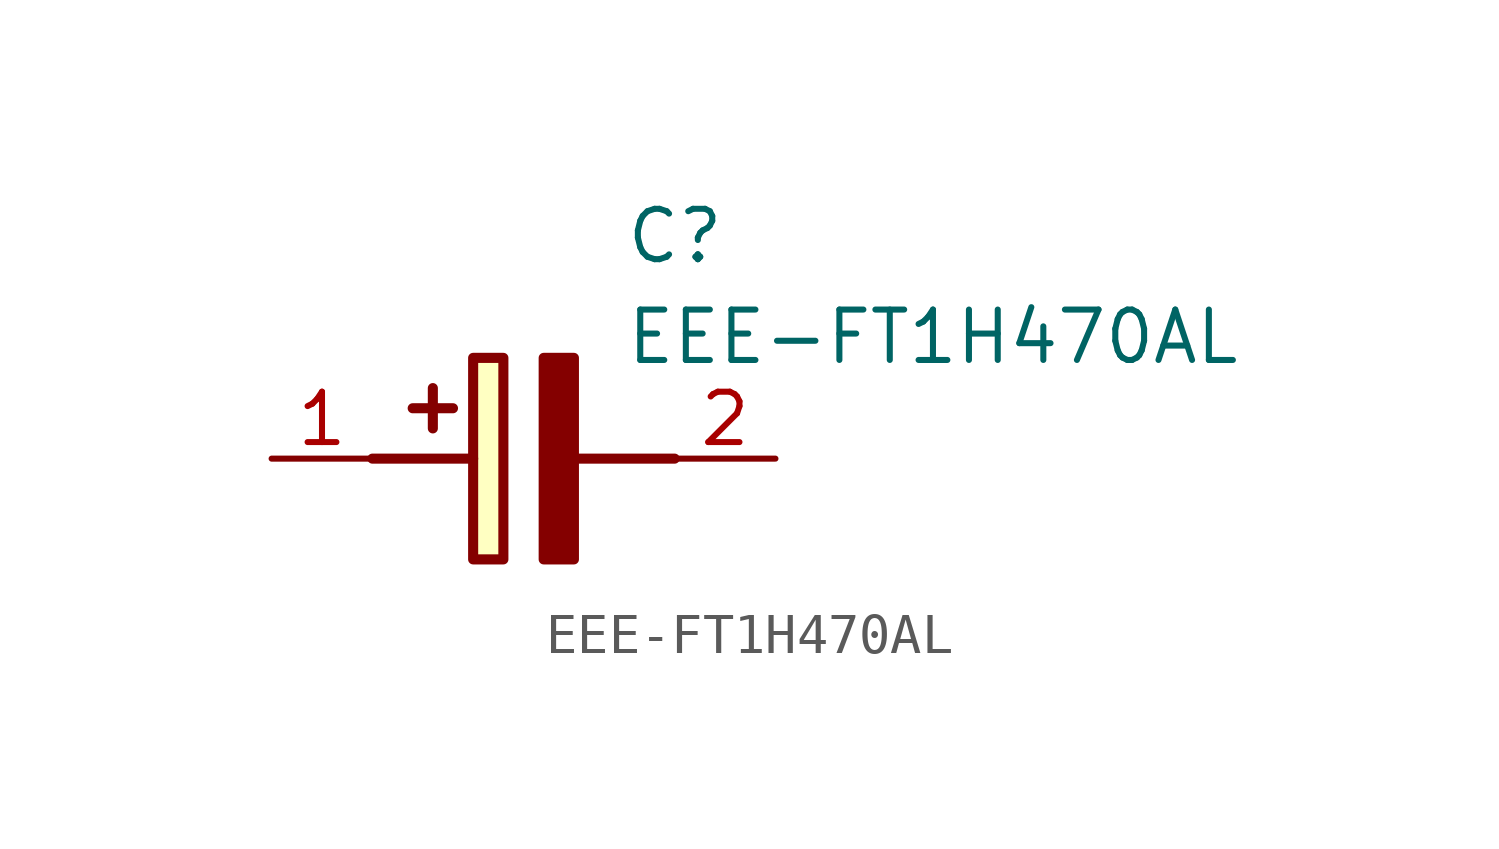
<source format=kicad_sym>
(kicad_symbol_lib
  (version 20211014)
  (generator SamacSys_ECAD_Model)
  (symbol "EEE-FT1H470AL"
    (pin_names hide)
    (property "Reference" "C"
      (at 8.89 6.35 0)
      (effects (font (size 1.27 1.27)) (justify left top)))
    (property "Value" "EEE-FT1H470AL"
      (at 8.89 3.81 0)
      (effects (font (size 1.27 1.27)) (justify left top)))
    (rectangle
      (start 5.08 2.54)
      (end 5.842 -2.54)
      (stroke (width 0.254) (type default))
      (fill (type background)))
    (polyline
      (pts (xy 4.572 1.27) (xy 3.556 1.27))
      (stroke (width 0.254) (type default))
      (fill (type none)))
    (polyline
      (pts (xy 4.064 1.778) (xy 4.064 0.762))
      (stroke (width 0.254) (type default))
      (fill (type none)))
    (polyline
      (pts (xy 2.54 0) (xy 5.08 0))
      (stroke (width 0.254) (type default))
      (fill (type none)))
    (polyline
      (pts (xy 7.62 0) (xy 10.16 0))
      (stroke (width 0.254) (type default))
      (fill (type none)))
    (polyline
      (pts (xy 7.62 2.54) (xy 7.62 -2.54) (xy 6.858 -2.54) (xy 6.858 2.54) (xy 7.62 2.54))
      (stroke (width 0.254) (type default))
      (fill (type outline)))
    (pin passive line
      (at 0 0 0)
      (length 2.54)
      (name "+" (effects (font (size 1.27 1.27))))
      (number "1" (effects (font (size 1.27 1.27)))))
    (pin passive line
      (at 12.7 0 180)
      (length 2.54)
      (name "-" (effects (font (size 1.27 1.27))))
      (number "2" (effects (font (size 1.27 1.27)))))))
</source>
